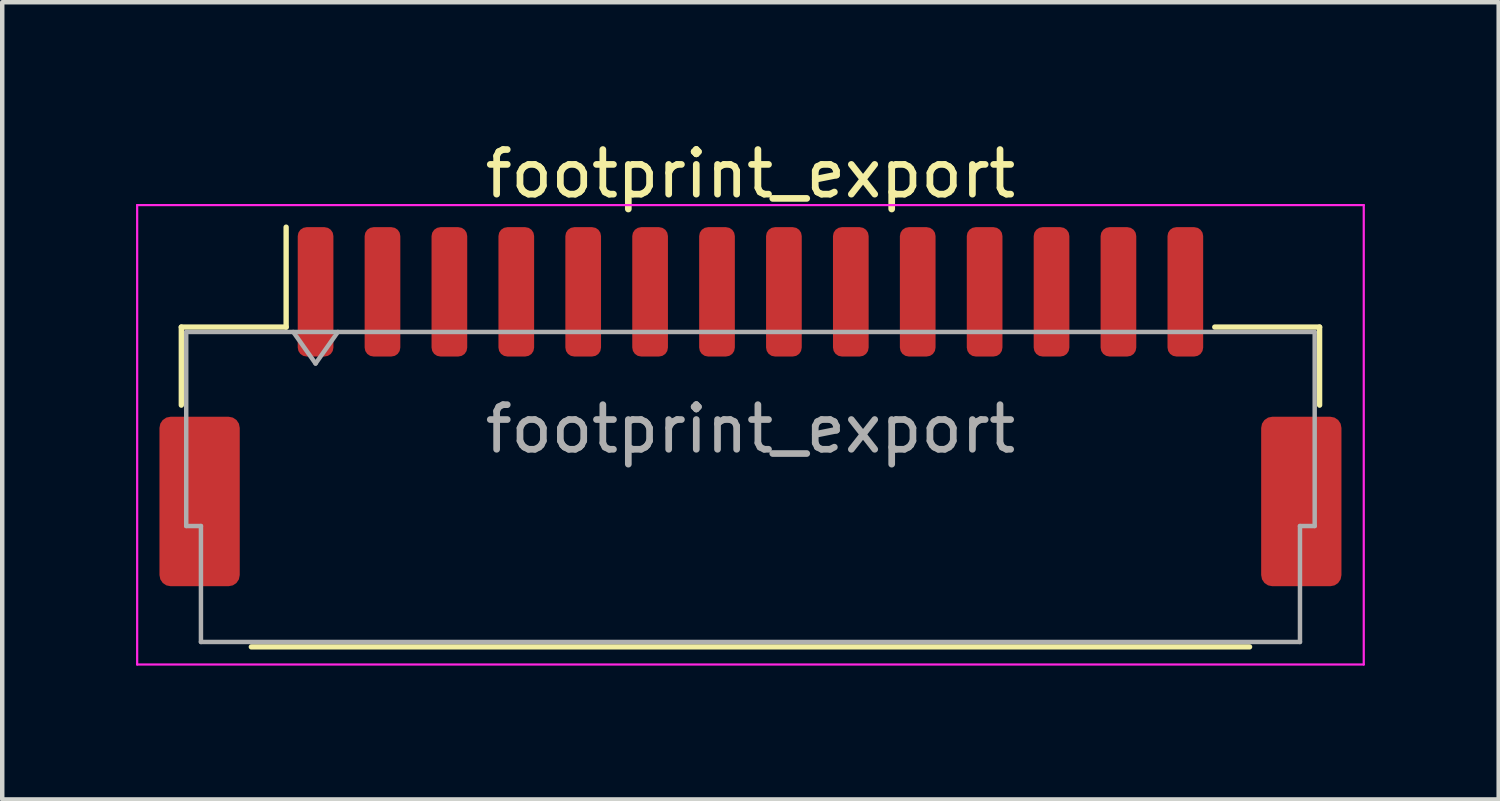
<source format=kicad_pcb>
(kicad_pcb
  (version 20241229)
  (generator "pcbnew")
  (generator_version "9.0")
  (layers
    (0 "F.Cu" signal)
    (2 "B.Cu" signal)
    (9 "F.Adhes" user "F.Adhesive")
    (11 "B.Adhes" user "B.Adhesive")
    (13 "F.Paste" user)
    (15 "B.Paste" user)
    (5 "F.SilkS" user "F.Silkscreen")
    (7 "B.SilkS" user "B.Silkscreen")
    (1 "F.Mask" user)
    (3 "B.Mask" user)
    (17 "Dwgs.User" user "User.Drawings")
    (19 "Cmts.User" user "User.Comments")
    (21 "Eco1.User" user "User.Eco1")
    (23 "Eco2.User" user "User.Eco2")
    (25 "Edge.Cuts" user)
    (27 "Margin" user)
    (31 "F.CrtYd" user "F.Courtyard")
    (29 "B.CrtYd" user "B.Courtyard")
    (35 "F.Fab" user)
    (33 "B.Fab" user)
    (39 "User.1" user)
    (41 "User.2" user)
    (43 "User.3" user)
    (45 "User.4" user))
  (footprint "footprint_export"
    (layer "F.Cu")
    (at 13.775 6.068)
    (property "Reference" "footprint_export" (at 0 -5.22 0) (layer "F.SilkS") (effects (font (size 1 1) (thickness 0.15))))
    (attr smd)
    (fp_line (start -12.76 -1.785) (end -10.41 -1.785) (stroke (width 0.12) (type solid)) (layer "F.SilkS"))
    (fp_line (start -12.76 -0.035) (end -12.76 -1.785) (stroke (width 0.12) (type solid)) (layer "F.SilkS"))
    (fp_line (start -11.19 5.385) (end 11.19 5.385) (stroke (width 0.12) (type solid)) (layer "F.SilkS"))
    (fp_line (start -10.41 -1.785) (end -10.41 -4.025) (stroke (width 0.12) (type solid)) (layer "F.SilkS"))
    (fp_line (start 12.76 -1.785) (end 10.41 -1.785) (stroke (width 0.12) (type solid)) (layer "F.SilkS"))
    (fp_line (start 12.76 -0.035) (end 12.76 -1.785) (stroke (width 0.12) (type solid)) (layer "F.SilkS"))
    (fp_line (start -13.75 -4.52) (end -13.75 5.78) (stroke (width 0.05) (type solid)) (layer "F.CrtYd"))
    (fp_line (start -13.75 5.78) (end 13.75 5.78) (stroke (width 0.05) (type solid)) (layer "F.CrtYd"))
    (fp_line (start 13.75 -4.52) (end -13.75 -4.52) (stroke (width 0.05) (type solid)) (layer "F.CrtYd"))
    (fp_line (start 13.75 5.78) (end 13.75 -4.52) (stroke (width 0.05) (type solid)) (layer "F.CrtYd"))
    (fp_line (start -12.65 -1.675) (end -12.65 2.675) (stroke (width 0.1) (type solid)) (layer "F.Fab"))
    (fp_line (start -12.65 -1.675) (end 12.65 -1.675) (stroke (width 0.1) (type solid)) (layer "F.Fab"))
    (fp_line (start -12.65 2.675) (end -12.32 2.675) (stroke (width 0.1) (type solid)) (layer "F.Fab"))
    (fp_line (start -12.32 2.675) (end -12.32 5.275) (stroke (width 0.1) (type solid)) (layer "F.Fab"))
    (fp_line (start -12.32 5.275) (end 12.32 5.275) (stroke (width 0.1) (type solid)) (layer "F.Fab"))
    (fp_line (start -10.25 -1.675) (end -9.75 -0.968) (stroke (width 0.1) (type solid)) (layer "F.Fab"))
    (fp_line (start -9.75 -0.968) (end -9.25 -1.675) (stroke (width 0.1) (type solid)) (layer "F.Fab"))
    (fp_line (start 12.32 2.675) (end 12.65 2.675) (stroke (width 0.1) (type solid)) (layer "F.Fab"))
    (fp_line (start 12.32 5.275) (end 12.32 2.675) (stroke (width 0.1) (type solid)) (layer "F.Fab"))
    (fp_line (start 12.65 -1.675) (end 12.65 2.675) (stroke (width 0.1) (type solid)) (layer "F.Fab"))
    (fp_text user "${REFERENCE}" (at 0 0.5 0) (layer "F.Fab") (effects (font (size 1 1) (thickness 0.15))))
    (pad "1" smd roundrect (at -9.75 -2.575) (size 0.8 2.9) (layers "F.Cu" "F.Mask" "F.Paste") (roundrect_rratio 0.25))
    (pad "2" smd roundrect (at -8.25 -2.575) (size 0.8 2.9) (layers "F.Cu" "F.Mask" "F.Paste") (roundrect_rratio 0.25))
    (pad "3" smd roundrect (at -6.75 -2.575) (size 0.8 2.9) (layers "F.Cu" "F.Mask" "F.Paste") (roundrect_rratio 0.25))
    (pad "4" smd roundrect (at -5.25 -2.575) (size 0.8 2.9) (layers "F.Cu" "F.Mask" "F.Paste") (roundrect_rratio 0.25))
    (pad "5" smd roundrect (at -3.75 -2.575) (size 0.8 2.9) (layers "F.Cu" "F.Mask" "F.Paste") (roundrect_rratio 0.25))
    (pad "6" smd roundrect (at -2.25 -2.575) (size 0.8 2.9) (layers "F.Cu" "F.Mask" "F.Paste") (roundrect_rratio 0.25))
    (pad "7" smd roundrect (at -0.75 -2.575) (size 0.8 2.9) (layers "F.Cu" "F.Mask" "F.Paste") (roundrect_rratio 0.25))
    (pad "8" smd roundrect (at 0.75 -2.575) (size 0.8 2.9) (layers "F.Cu" "F.Mask" "F.Paste") (roundrect_rratio 0.25))
    (pad "9" smd roundrect (at 2.25 -2.575) (size 0.8 2.9) (layers "F.Cu" "F.Mask" "F.Paste") (roundrect_rratio 0.25))
    (pad "10" smd roundrect (at 3.75 -2.575) (size 0.8 2.9) (layers "F.Cu" "F.Mask" "F.Paste") (roundrect_rratio 0.25))
    (pad "11" smd roundrect (at 5.25 -2.575) (size 0.8 2.9) (layers "F.Cu" "F.Mask" "F.Paste") (roundrect_rratio 0.25))
    (pad "12" smd roundrect (at 6.75 -2.575) (size 0.8 2.9) (layers "F.Cu" "F.Mask" "F.Paste") (roundrect_rratio 0.25))
    (pad "13" smd roundrect (at 8.25 -2.575) (size 0.8 2.9) (layers "F.Cu" "F.Mask" "F.Paste") (roundrect_rratio 0.25))
    (pad "14" smd roundrect (at 9.75 -2.575) (size 0.8 2.9) (layers "F.Cu" "F.Mask" "F.Paste") (roundrect_rratio 0.25))
    (pad "MP" smd roundrect (at -12.35 2.125) (size 1.8 3.8) (layers "F.Cu" "F.Mask" "F.Paste") (roundrect_rratio 0.139))
    (pad "MP" smd roundrect (at 12.35 2.125) (size 1.8 3.8) (layers "F.Cu" "F.Mask" "F.Paste") (roundrect_rratio 0.139)))
  (gr_rect
    (start -3 -3)
    (end 30.55 14.873)
    (stroke (width 0.1) (type default))
    (fill no)
    (layer "Edge.Cuts")))
</source>
